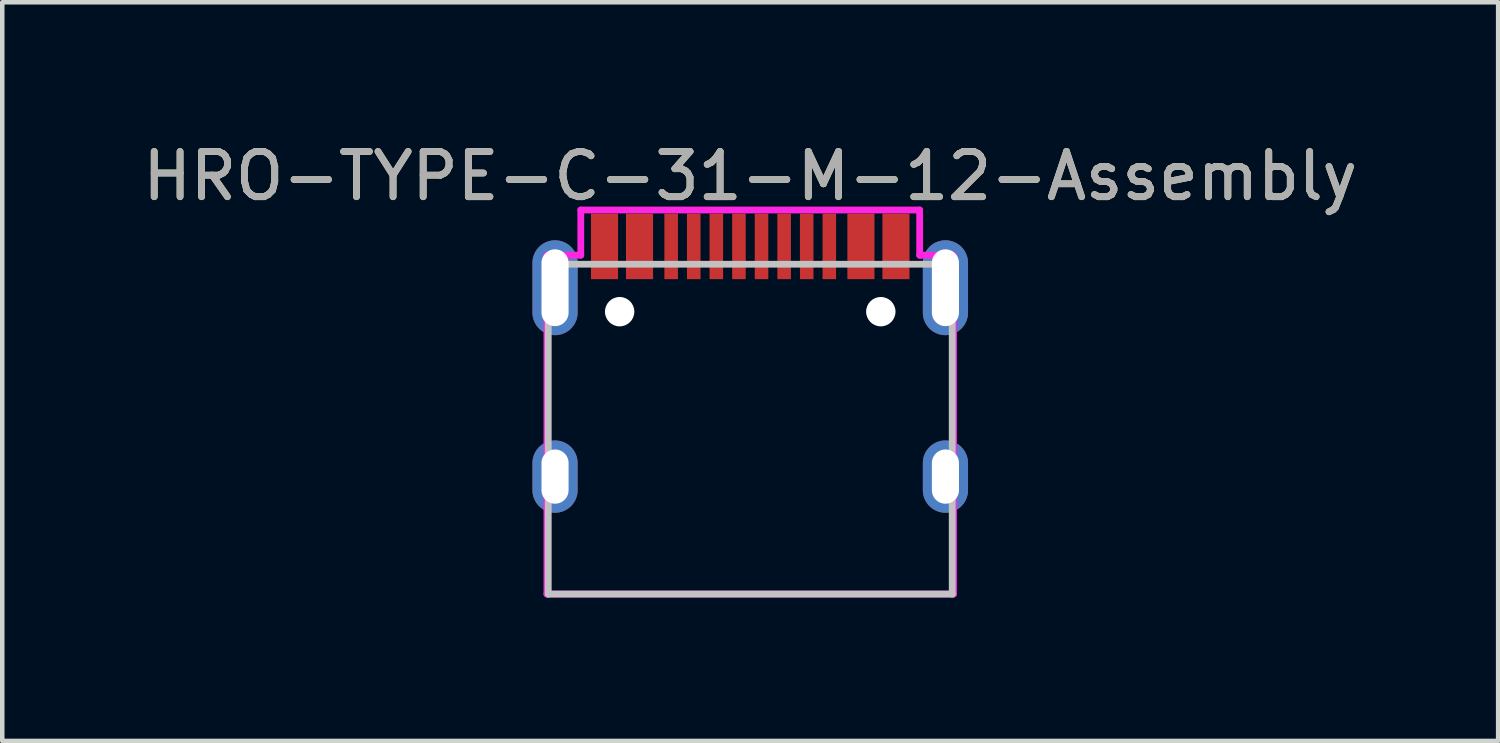
<source format=kicad_pcb>
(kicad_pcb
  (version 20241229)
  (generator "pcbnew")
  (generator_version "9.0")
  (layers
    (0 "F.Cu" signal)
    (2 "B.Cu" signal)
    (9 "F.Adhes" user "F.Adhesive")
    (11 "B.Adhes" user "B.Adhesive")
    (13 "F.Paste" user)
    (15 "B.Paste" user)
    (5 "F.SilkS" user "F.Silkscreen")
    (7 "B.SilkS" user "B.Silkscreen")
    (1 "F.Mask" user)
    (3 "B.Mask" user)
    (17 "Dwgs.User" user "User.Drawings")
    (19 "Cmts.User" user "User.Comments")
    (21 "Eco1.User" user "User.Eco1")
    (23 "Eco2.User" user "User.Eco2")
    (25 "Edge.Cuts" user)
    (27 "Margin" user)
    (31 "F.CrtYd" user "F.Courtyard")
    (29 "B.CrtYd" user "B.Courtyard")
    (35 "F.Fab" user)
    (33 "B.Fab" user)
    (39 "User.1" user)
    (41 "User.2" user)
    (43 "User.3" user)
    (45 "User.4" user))
  (footprint "HRO-TYPE-C-31-M-12-Assembly"
    (layer "F.Cu")
    (at 13.554 10.098)
    (property "Reference" "HRO-TYPE-C-31-M-12-Assembly" (at 0 -9.25 0) (layer "F.SilkS") (effects (font (size 1 1) (thickness 0.15))))
    (attr smd)
    (fp_line (start -4.47 -7.3) (end 4.47 -7.3) (stroke (width 0.15) (type solid)) (layer "Dwgs.User"))
    (fp_line (start -4.47 0) (end -4.47 -7.3) (stroke (width 0.15) (type solid)) (layer "Dwgs.User"))
    (fp_line (start -4.47 0) (end 4.47 0) (stroke (width 0.15) (type solid)) (layer "Dwgs.User"))
    (fp_line (start 4.47 0) (end 4.47 -7.3) (stroke (width 0.15) (type solid)) (layer "Dwgs.User"))
    (fp_line (start -4.5 -7.5) (end -3.75 -7.5) (stroke (width 0.15) (type solid)) (layer "F.CrtYd"))
    (fp_line (start -4.5 0) (end -4.5 -7.5) (stroke (width 0.15) (type solid)) (layer "F.CrtYd"))
    (fp_line (start -3.75 -8.5) (end 3.75 -8.5) (stroke (width 0.15) (type solid)) (layer "F.CrtYd"))
    (fp_line (start -3.75 -7.5) (end -3.75 -8.5) (stroke (width 0.15) (type solid)) (layer "F.CrtYd"))
    (fp_line (start 3.75 -8.5) (end 3.75 -7.5) (stroke (width 0.15) (type solid)) (layer "F.CrtYd"))
    (fp_line (start 3.75 -7.5) (end 4.5 -7.5) (stroke (width 0.15) (type solid)) (layer "F.CrtYd"))
    (fp_line (start 4.5 -7.5) (end 4.5 0) (stroke (width 0.15) (type solid)) (layer "F.CrtYd"))
    (fp_line (start 4.5 0) (end -4.5 0) (stroke (width 0.15) (type solid)) (layer "F.CrtYd"))
    (fp_text user "${REFERENCE}" (at 0 -9.25 0) (layer "F.Fab") (effects (font (size 1 1) (thickness 0.15))))
    (pad "" np_thru_hole circle (at -2.89 -6.25) (size 0.65 0.65) (drill 0.65) (layers "*.Cu" "*.Mask"))
    (pad "" np_thru_hole circle (at 2.89 -6.25) (size 0.65 0.65) (drill 0.65) (layers "*.Cu" "*.Mask"))
    (pad "1" smd rect (at -3.225 -7.695) (size 0.6 1.45) (layers "F.Cu" "F.Mask" "F.Paste"))
    (pad "2" smd rect (at -2.45 -7.695) (size 0.6 1.45) (layers "F.Cu" "F.Mask" "F.Paste"))
    (pad "3" smd rect (at -1.75 -7.695) (size 0.3 1.45) (layers "F.Cu" "F.Mask" "F.Paste"))
    (pad "4" smd rect (at -1.25 -7.695) (size 0.3 1.45) (layers "F.Cu" "F.Mask" "F.Paste"))
    (pad "5" smd rect (at -0.75 -7.695) (size 0.3 1.45) (layers "F.Cu" "F.Mask" "F.Paste"))
    (pad "6" smd rect (at -0.25 -7.695) (size 0.3 1.45) (layers "F.Cu" "F.Mask" "F.Paste"))
    (pad "7" smd rect (at 0.25 -7.695) (size 0.3 1.45) (layers "F.Cu" "F.Mask" "F.Paste"))
    (pad "8" smd rect (at 0.75 -7.695) (size 0.3 1.45) (layers "F.Cu" "F.Mask" "F.Paste"))
    (pad "9" smd rect (at 1.25 -7.695) (size 0.3 1.45) (layers "F.Cu" "F.Mask" "F.Paste"))
    (pad "10" smd rect (at 1.75 -7.695) (size 0.3 1.45) (layers "F.Cu" "F.Mask" "F.Paste"))
    (pad "11" smd rect (at 2.45 -7.695) (size 0.6 1.45) (layers "F.Cu" "F.Mask" "F.Paste"))
    (pad "12" smd rect (at 3.225 -7.695) (size 0.6 1.45) (layers "F.Cu" "F.Mask" "F.Paste"))
    (pad "13" thru_hole oval (at -4.32 -6.78) (size 1 2.1) (drill oval 0.6 1.7) (layers "*.Cu" "*.Mask"))
    (pad "13" thru_hole oval (at -4.32 -2.6) (size 1 1.6) (drill oval 0.6 1.2) (layers "*.Cu" "*.Mask"))
    (pad "13" thru_hole oval (at 4.32 -6.78) (size 1 2.1) (drill oval 0.6 1.7) (layers "*.Cu" "*.Mask"))
    (pad "13" thru_hole oval (at 4.32 -2.6) (size 1 1.6) (drill oval 0.6 1.2) (layers "*.Cu" "*.Mask")))
  (gr_rect
    (start -3 -3)
    (end 30.107 13.348)
    (stroke (width 0.1) (type default))
    (fill no)
    (layer "Edge.Cuts")))
</source>
